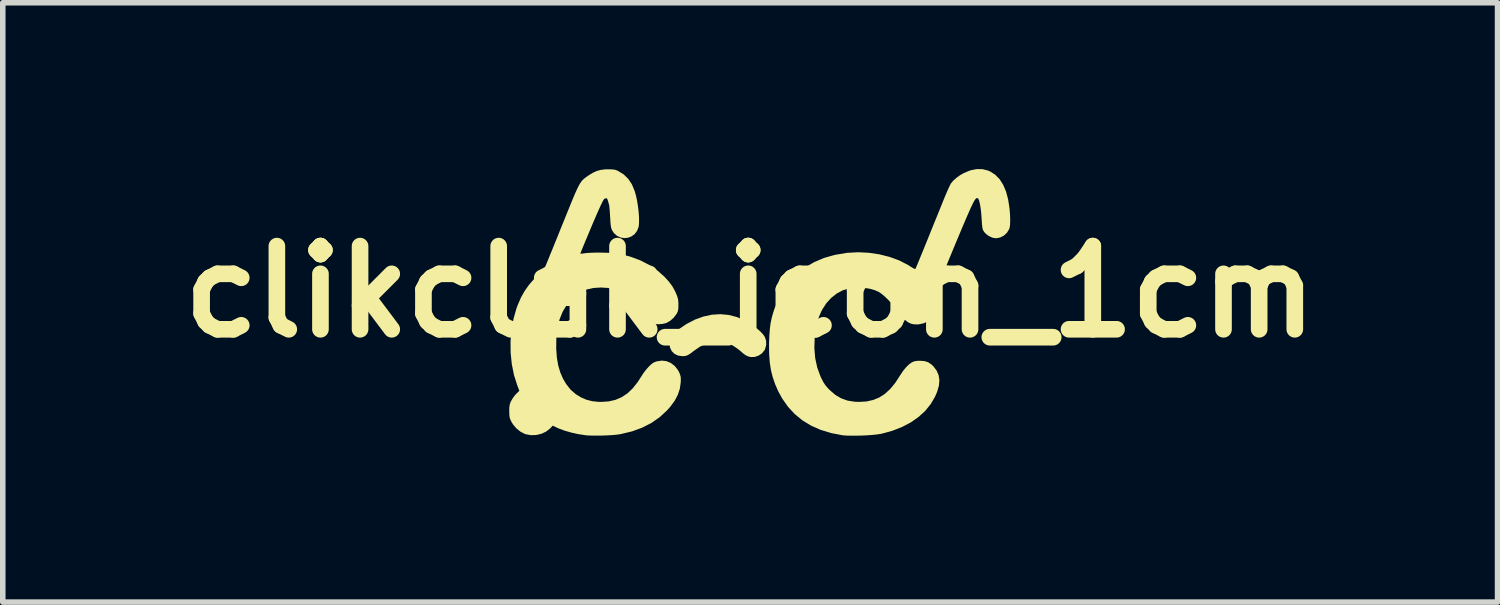
<source format=kicad_pcb>
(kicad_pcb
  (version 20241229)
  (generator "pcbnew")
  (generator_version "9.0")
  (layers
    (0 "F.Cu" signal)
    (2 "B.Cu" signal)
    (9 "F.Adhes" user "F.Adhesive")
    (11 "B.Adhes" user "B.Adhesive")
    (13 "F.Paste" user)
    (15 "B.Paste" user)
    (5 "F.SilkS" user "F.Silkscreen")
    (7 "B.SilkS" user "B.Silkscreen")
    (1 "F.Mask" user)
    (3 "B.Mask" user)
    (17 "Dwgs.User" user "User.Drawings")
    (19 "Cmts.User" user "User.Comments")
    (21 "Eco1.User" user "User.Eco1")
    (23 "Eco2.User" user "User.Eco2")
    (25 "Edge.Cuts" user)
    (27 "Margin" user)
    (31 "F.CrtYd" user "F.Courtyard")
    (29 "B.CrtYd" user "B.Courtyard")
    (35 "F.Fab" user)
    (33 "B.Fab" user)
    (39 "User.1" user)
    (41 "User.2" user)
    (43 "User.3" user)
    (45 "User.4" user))
  (footprint "clikclak_icon_1cm"
    (layer "F.Cu")
    (at 10.479 2.21)
    (property "Reference" "clikclak_icon_1cm" (at 0 0 0) (layer "F.SilkS") (effects (font (size 1.5 1.5) (thickness 0.3))))
    (attr board_only exclude_from_pos_files exclude_from_bom)
    (fp_poly (pts (xy -0.386 0.42) (xy -0.239 0.458) (xy -0.122 0.507) (xy -0.038 0.554) (xy 0.044 0.607) (xy 0.12 0.663) (xy 0.185 0.72) (xy 0.234 0.772) (xy 0.264 0.816) (xy 0.287 0.886) (xy 0.288 0.961) (xy 0.269 1.033) (xy 0.257 1.057) (xy 0.211 1.113) (xy 0.151 1.153) (xy 0.082 1.177) (xy 0.012 1.179) (xy -0.006 1.176) (xy -0.045 1.164) (xy -0.083 1.145) (xy -0.125 1.115) (xy -0.177 1.07) (xy -0.181 1.066) (xy -0.232 1.026) (xy -0.293 0.985) (xy -0.348 0.953) (xy -0.453 0.915) (xy -0.564 0.9) (xy -0.677 0.908) (xy -0.792 0.939) (xy -0.905 0.991) (xy -1.014 1.066) (xy -1.021 1.071) (xy -1.073 1.112) (xy -1.115 1.139) (xy -1.151 1.155) (xy -1.189 1.162) (xy -1.225 1.163) (xy -1.302 1.152) (xy -1.366 1.121) (xy -1.415 1.072) (xy -1.446 1.008) (xy -1.457 0.931) (xy -1.452 0.876) (xy -1.436 0.827) (xy -1.406 0.782) (xy -1.359 0.734) (xy -1.298 0.684) (xy -1.149 0.583) (xy -0.997 0.504) (xy -0.843 0.448) (xy -0.689 0.415) (xy -0.536 0.406)) (stroke (width 0) (type solid)) (fill yes) (layer "F.SilkS"))
    (fp_poly (pts (xy 4.185 -2.21) (xy 4.287 -2.185) (xy 4.331 -2.166) (xy 4.421 -2.107) (xy 4.498 -2.028) (xy 4.562 -1.928) (xy 4.614 -1.806) (xy 4.652 -1.662) (xy 4.677 -1.498) (xy 4.686 -1.388) (xy 4.689 -1.291) (xy 4.687 -1.211) (xy 4.678 -1.151) (xy 4.67 -1.128) (xy 4.631 -1.063) (xy 4.575 -1.011) (xy 4.508 -0.977) (xy 4.436 -0.963) (xy 4.433 -0.963) (xy 4.371 -0.973) (xy 4.308 -1.001) (xy 4.252 -1.041) (xy 4.22 -1.077) (xy 4.205 -1.1) (xy 4.195 -1.122) (xy 4.188 -1.15) (xy 4.183 -1.188) (xy 4.178 -1.242) (xy 4.175 -1.292) (xy 4.167 -1.407) (xy 4.156 -1.504) (xy 4.143 -1.582) (xy 4.129 -1.64) (xy 4.114 -1.676) (xy 4.097 -1.688) (xy 4.097 -1.688) (xy 4.088 -1.688) (xy 4.08 -1.684) (xy 4.07 -1.678) (xy 4.06 -1.666) (xy 4.048 -1.649) (xy 4.033 -1.624) (xy 4.016 -1.591) (xy 3.995 -1.548) (xy 3.97 -1.494) (xy 3.941 -1.428) (xy 3.906 -1.349) (xy 3.866 -1.255) (xy 3.819 -1.145) (xy 3.766 -1.018) (xy 3.705 -0.873) (xy 3.637 -0.708) (xy 3.56 -0.522) (xy 3.482 -0.335) (xy 3.328 0.037) (xy 3.347 0.091) (xy 3.358 0.132) (xy 3.365 0.185) (xy 3.368 0.232) (xy 3.367 0.287) (xy 3.359 0.331) (xy 3.342 0.375) (xy 3.335 0.391) (xy 3.284 0.468) (xy 3.216 0.528) (xy 3.134 0.569) (xy 3.041 0.589) (xy 3.004 0.591) (xy 2.947 0.588) (xy 2.897 0.576) (xy 2.85 0.554) (xy 2.803 0.518) (xy 2.752 0.468) (xy 2.696 0.4) (xy 2.635 0.318) (xy 2.574 0.24) (xy 2.506 0.165) (xy 2.438 0.097) (xy 2.373 0.042) (xy 2.323 0.007) (xy 2.247 -0.027) (xy 2.155 -0.053) (xy 2.052 -0.069) (xy 1.947 -0.075) (xy 1.845 -0.071) (xy 1.786 -0.061) (xy 1.67 -0.025) (xy 1.56 0.034) (xy 1.46 0.113) (xy 1.372 0.21) (xy 1.299 0.323) (xy 1.285 0.35) (xy 1.238 0.459) (xy 1.203 0.572) (xy 1.178 0.698) (xy 1.163 0.827) (xy 1.157 1.016) (xy 1.172 1.197) (xy 1.209 1.368) (xy 1.267 1.527) (xy 1.284 1.563) (xy 1.319 1.631) (xy 1.355 1.686) (xy 1.399 1.738) (xy 1.437 1.777) (xy 1.536 1.862) (xy 1.642 1.924) (xy 1.758 1.965) (xy 1.886 1.985) (xy 1.963 1.988) (xy 2.097 1.98) (xy 2.218 1.953) (xy 2.328 1.908) (xy 2.43 1.842) (xy 2.525 1.755) (xy 2.615 1.646) (xy 2.702 1.512) (xy 2.706 1.506) (xy 2.753 1.434) (xy 2.807 1.368) (xy 2.862 1.313) (xy 2.912 1.276) (xy 2.919 1.273) (xy 2.958 1.257) (xy 3.003 1.248) (xy 3.063 1.246) (xy 3.064 1.246) (xy 3.143 1.252) (xy 3.207 1.272) (xy 3.264 1.309) (xy 3.303 1.346) (xy 3.362 1.423) (xy 3.398 1.506) (xy 3.412 1.596) (xy 3.403 1.695) (xy 3.372 1.804) (xy 3.333 1.895) (xy 3.255 2.028) (xy 3.155 2.151) (xy 3.036 2.26) (xy 2.897 2.357) (xy 2.741 2.439) (xy 2.568 2.507) (xy 2.38 2.559) (xy 2.357 2.564) (xy 2.293 2.574) (xy 2.209 2.583) (xy 2.113 2.59) (xy 2.011 2.595) (xy 1.909 2.597) (xy 1.813 2.597) (xy 1.729 2.595) (xy 1.664 2.589) (xy 1.663 2.589) (xy 1.459 2.55) (xy 1.27 2.492) (xy 1.098 2.416) (xy 0.942 2.321) (xy 0.803 2.207) (xy 0.681 2.075) (xy 0.576 1.925) (xy 0.505 1.795) (xy 0.449 1.667) (xy 0.406 1.541) (xy 0.374 1.413) (xy 0.353 1.278) (xy 0.342 1.129) (xy 0.34 0.964) (xy 0.341 0.907) (xy 0.346 0.779) (xy 0.355 0.669) (xy 0.367 0.573) (xy 0.386 0.482) (xy 0.41 0.392) (xy 0.439 0.304) (xy 0.516 0.119) (xy 0.611 -0.048) (xy 0.723 -0.197) (xy 0.851 -0.328) (xy 0.996 -0.441) (xy 1.157 -0.534) (xy 1.334 -0.609) (xy 1.525 -0.663) (xy 1.731 -0.698) (xy 1.757 -0.701) (xy 1.95 -0.711) (xy 2.143 -0.701) (xy 2.331 -0.673) (xy 2.513 -0.627) (xy 2.683 -0.565) (xy 2.839 -0.486) (xy 2.902 -0.446) (xy 2.938 -0.424) (xy 2.965 -0.411) (xy 2.978 -0.41) (xy 2.985 -0.423) (xy 3 -0.457) (xy 3.022 -0.509) (xy 3.05 -0.577) (xy 3.083 -0.658) (xy 3.121 -0.75) (xy 3.161 -0.849) (xy 3.177 -0.888) (xy 3.224 -1.004) (xy 3.273 -1.126) (xy 3.322 -1.247) (xy 3.37 -1.364) (xy 3.413 -1.471) (xy 3.451 -1.564) (xy 3.478 -1.632) (xy 3.511 -1.712) (xy 3.543 -1.788) (xy 3.572 -1.854) (xy 3.597 -1.907) (xy 3.614 -1.943) (xy 3.621 -1.953) (xy 3.661 -2.001) (xy 3.717 -2.051) (xy 3.784 -2.1) (xy 3.852 -2.139) (xy 3.968 -2.187) (xy 4.079 -2.21)) (stroke (width 0) (type solid)) (fill yes) (layer "F.SilkS"))
    (fp_poly (pts (xy -2.509 -2.206) (xy -2.466 -2.203) (xy -2.432 -2.197) (xy -2.4 -2.185) (xy -2.376 -2.173) (xy -2.28 -2.113) (xy -2.2 -2.035) (xy -2.135 -1.939) (xy -2.086 -1.822) (xy -2.084 -1.817) (xy -2.06 -1.734) (xy -2.04 -1.641) (xy -2.024 -1.541) (xy -2.012 -1.441) (xy -2.005 -1.346) (xy -2.004 -1.261) (xy -2.008 -1.192) (xy -2.013 -1.165) (xy -2.042 -1.093) (xy -2.086 -1.036) (xy -2.142 -0.996) (xy -2.206 -0.972) (xy -2.273 -0.966) (xy -2.34 -0.977) (xy -2.403 -1.008) (xy -2.458 -1.057) (xy -2.482 -1.093) (xy -2.495 -1.116) (xy -2.504 -1.14) (xy -2.511 -1.169) (xy -2.516 -1.208) (xy -2.521 -1.262) (xy -2.525 -1.336) (xy -2.526 -1.347) (xy -2.53 -1.416) (xy -2.535 -1.477) (xy -2.539 -1.525) (xy -2.542 -1.556) (xy -2.544 -1.564) (xy -2.551 -1.587) (xy -2.56 -1.622) (xy -2.564 -1.635) (xy -2.578 -1.673) (xy -2.596 -1.687) (xy -2.622 -1.678) (xy -2.638 -1.666) (xy -2.649 -1.649) (xy -2.669 -1.611) (xy -2.697 -1.553) (xy -2.731 -1.477) (xy -2.772 -1.385) (xy -2.818 -1.279) (xy -2.864 -1.17) (xy -2.907 -1.067) (xy -2.947 -0.972) (xy -2.983 -0.886) (xy -3.013 -0.813) (xy -3.037 -0.754) (xy -3.054 -0.712) (xy -3.063 -0.69) (xy -3.064 -0.687) (xy -3.053 -0.685) (xy -3.024 -0.687) (xy -2.998 -0.691) (xy -2.941 -0.698) (xy -2.865 -0.702) (xy -2.777 -0.705) (xy -2.682 -0.704) (xy -2.587 -0.702) (xy -2.497 -0.697) (xy -2.42 -0.69) (xy -2.364 -0.682) (xy -2.169 -0.634) (xy -1.987 -0.567) (xy -1.819 -0.481) (xy -1.668 -0.377) (xy -1.546 -0.269) (xy -1.469 -0.184) (xy -1.407 -0.102) (xy -1.357 -0.013) (xy -1.328 0.053) (xy -1.31 0.102) (xy -1.299 0.148) (xy -1.295 0.203) (xy -1.295 0.238) (xy -1.295 0.293) (xy -1.3 0.332) (xy -1.309 0.363) (xy -1.324 0.395) (xy -1.329 0.402) (xy -1.379 0.469) (xy -1.442 0.525) (xy -1.511 0.564) (xy -1.523 0.568) (xy -1.574 0.58) (xy -1.634 0.586) (xy -1.696 0.587) (xy -1.748 0.581) (xy -1.769 0.575) (xy -1.807 0.553) (xy -1.854 0.514) (xy -1.905 0.461) (xy -1.957 0.4) (xy -1.999 0.344) (xy -2.039 0.29) (xy -2.09 0.229) (xy -2.142 0.17) (xy -2.169 0.142) (xy -2.262 0.059) (xy -2.355 -0.002) (xy -2.454 -0.044) (xy -2.563 -0.067) (xy -2.688 -0.075) (xy -2.695 -0.075) (xy -2.831 -0.066) (xy -2.951 -0.039) (xy -3.058 0.007) (xy -3.156 0.074) (xy -3.214 0.126) (xy -3.307 0.237) (xy -3.382 0.361) (xy -3.438 0.5) (xy -3.476 0.655) (xy -3.496 0.826) (xy -3.498 1.014) (xy -3.498 1.032) (xy -3.486 1.191) (xy -3.462 1.331) (xy -3.425 1.456) (xy -3.375 1.571) (xy -3.319 1.665) (xy -3.239 1.767) (xy -3.145 1.849) (xy -3.054 1.905) (xy -2.955 1.948) (xy -2.851 1.975) (xy -2.737 1.987) (xy -2.689 1.988) (xy -2.553 1.979) (xy -2.43 1.951) (xy -2.318 1.903) (xy -2.214 1.834) (xy -2.119 1.744) (xy -2.029 1.63) (xy -1.962 1.526) (xy -1.925 1.469) (xy -1.879 1.408) (xy -1.834 1.357) (xy -1.832 1.355) (xy -1.789 1.313) (xy -1.754 1.286) (xy -1.717 1.268) (xy -1.684 1.257) (xy -1.595 1.243) (xy -1.51 1.253) (xy -1.432 1.286) (xy -1.362 1.339) (xy -1.304 1.412) (xy -1.274 1.47) (xy -1.261 1.506) (xy -1.253 1.541) (xy -1.251 1.584) (xy -1.253 1.637) (xy -1.269 1.75) (xy -1.305 1.859) (xy -1.362 1.967) (xy -1.442 2.076) (xy -1.504 2.145) (xy -1.634 2.265) (xy -1.781 2.367) (xy -1.947 2.452) (xy -2.129 2.519) (xy -2.329 2.567) (xy -2.351 2.571) (xy -2.413 2.58) (xy -2.493 2.587) (xy -2.585 2.592) (xy -2.682 2.595) (xy -2.778 2.596) (xy -2.867 2.595) (xy -2.942 2.592) (xy -2.976 2.588) (xy -3.1 2.569) (xy -3.226 2.541) (xy -3.345 2.507) (xy -3.451 2.468) (xy -3.513 2.439) (xy -3.56 2.416) (xy -3.609 2.467) (xy -3.68 2.523) (xy -3.765 2.563) (xy -3.859 2.585) (xy -3.955 2.588) (xy -4.048 2.571) (xy -4.068 2.564) (xy -4.144 2.524) (xy -4.217 2.465) (xy -4.277 2.394) (xy -4.308 2.343) (xy -4.327 2.303) (xy -4.338 2.268) (xy -4.343 2.228) (xy -4.345 2.175) (xy -4.345 2.157) (xy -4.345 2.098) (xy -4.34 2.054) (xy -4.331 2.017) (xy -4.315 1.978) (xy -4.312 1.974) (xy -4.284 1.924) (xy -4.246 1.872) (xy -4.221 1.844) (xy -4.163 1.787) (xy -4.2 1.691) (xy -4.259 1.506) (xy -4.299 1.309) (xy -4.32 1.104) (xy -4.322 0.896) (xy -4.304 0.689) (xy -4.268 0.488) (xy -4.213 0.295) (xy -4.19 0.235) (xy -4.133 0.104) (xy -4.068 -0.012) (xy -3.99 -0.122) (xy -3.896 -0.231) (xy -3.853 -0.275) (xy -3.709 -0.419) (xy -3.642 -0.582) (xy -3.624 -0.626) (xy -3.598 -0.691) (xy -3.564 -0.772) (xy -3.526 -0.868) (xy -3.482 -0.975) (xy -3.436 -1.09) (xy -3.388 -1.209) (xy -3.338 -1.331) (xy -3.337 -1.335) (xy -3.28 -1.475) (xy -3.232 -1.593) (xy -3.191 -1.693) (xy -3.156 -1.775) (xy -3.125 -1.843) (xy -3.099 -1.897) (xy -3.075 -1.941) (xy -3.052 -1.976) (xy -3.03 -2.005) (xy -3.006 -2.028) (xy -2.981 -2.05) (xy -2.953 -2.07) (xy -2.923 -2.091) (xy -2.842 -2.142) (xy -2.768 -2.176) (xy -2.695 -2.196) (xy -2.615 -2.206) (xy -2.57 -2.207)) (stroke (width 0) (type solid)) (fill yes) (layer "F.SilkS")))
  (gr_rect
    (start -3 -3)
    (end 23.957 7.808)
    (stroke (width 0.1) (type default))
    (fill no)
    (layer "Edge.Cuts")))
</source>
